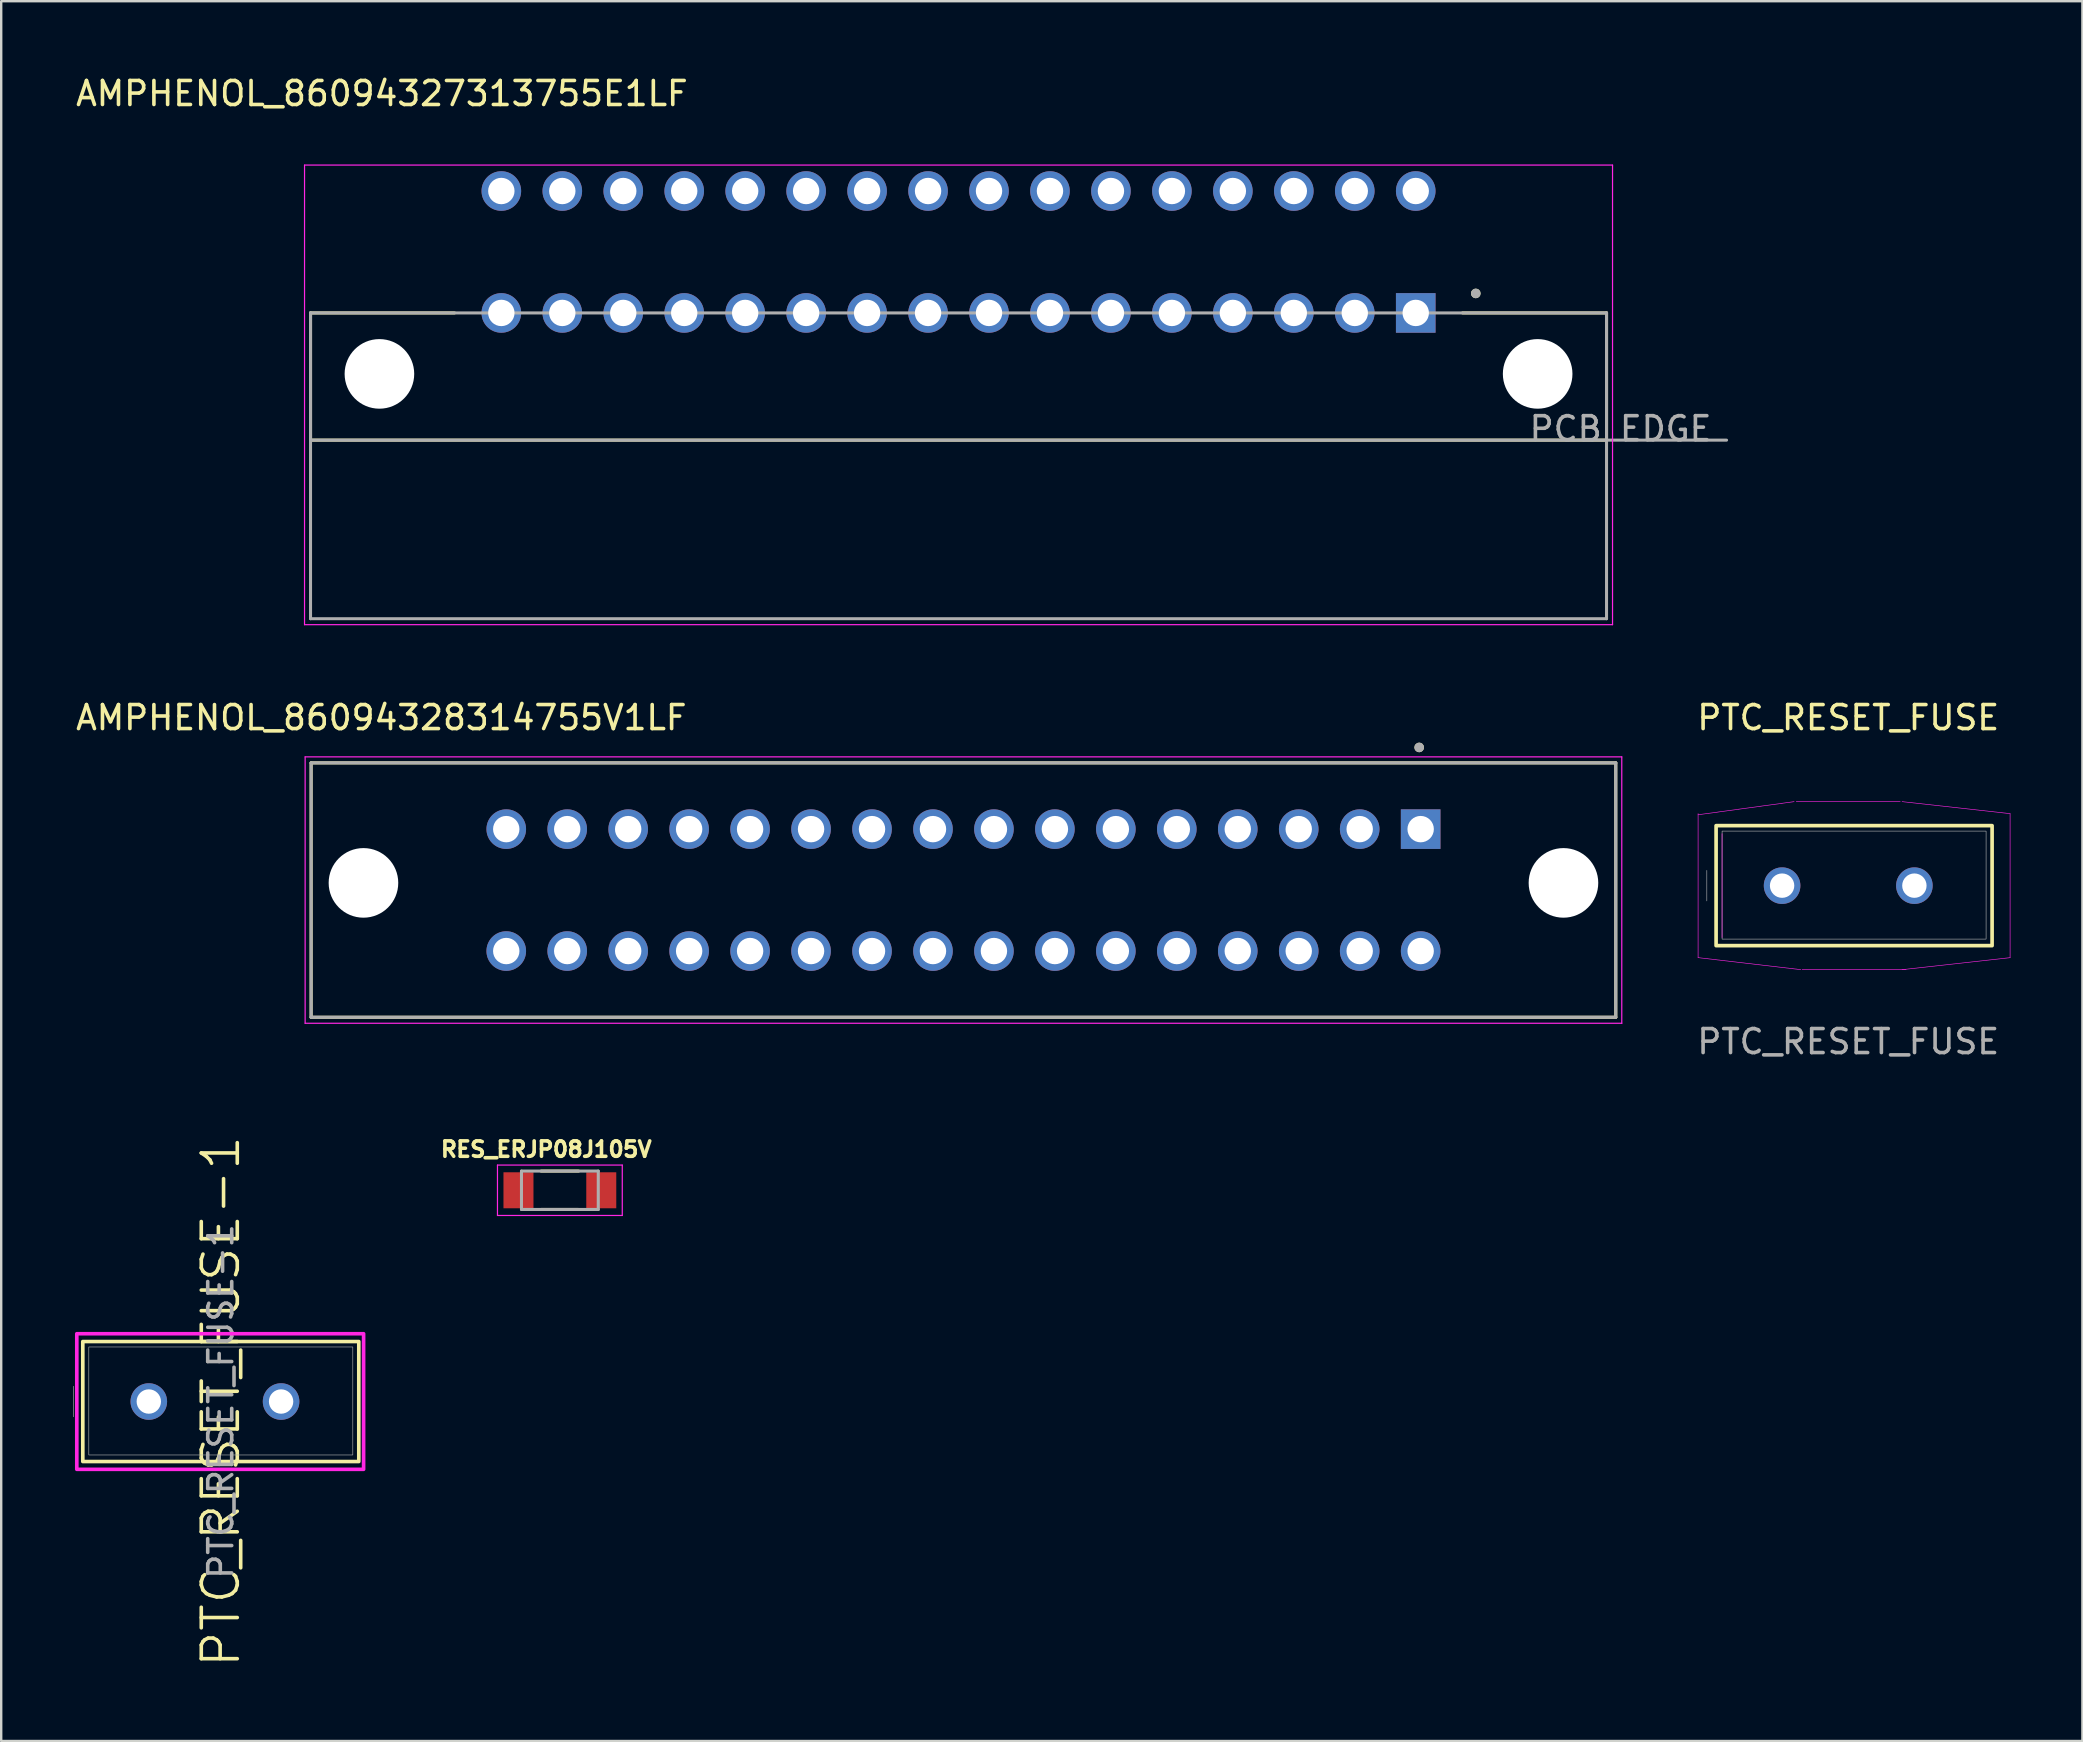
<source format=kicad_pcb>
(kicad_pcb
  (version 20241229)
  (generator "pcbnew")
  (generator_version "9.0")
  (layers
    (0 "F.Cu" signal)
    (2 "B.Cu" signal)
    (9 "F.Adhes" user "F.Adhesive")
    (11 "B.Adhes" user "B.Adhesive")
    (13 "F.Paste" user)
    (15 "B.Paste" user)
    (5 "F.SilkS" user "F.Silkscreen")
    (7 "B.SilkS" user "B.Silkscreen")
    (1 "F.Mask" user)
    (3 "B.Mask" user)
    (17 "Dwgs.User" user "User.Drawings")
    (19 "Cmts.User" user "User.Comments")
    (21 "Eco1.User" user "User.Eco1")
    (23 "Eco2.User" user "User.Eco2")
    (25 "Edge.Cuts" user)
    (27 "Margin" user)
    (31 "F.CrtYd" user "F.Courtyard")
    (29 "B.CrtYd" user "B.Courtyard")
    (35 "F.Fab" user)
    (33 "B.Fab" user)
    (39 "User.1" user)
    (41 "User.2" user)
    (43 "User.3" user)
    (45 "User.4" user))
  (footprint "PTC_RESET_FUSE"
    (layer "F.Cu")
    (at 71.204 33.852)
    (property "Reference" "PTC_RESET_FUSE" (at 2.756 -7 0) (unlocked yes) (layer "F.SilkS") (effects (font (size 1 1) (thickness 0.15))))
    (attr through_hole)
    (fp_rect (start -2.75 -2.5) (end 8.75 2.5) (stroke (width 0.152) (type solid)) (fill no) (layer "F.SilkS"))
    (fp_line (start -3.5 -3) (end -3.5 3) (stroke (width 0.025) (type solid)) (layer "F.CrtYd"))
    (fp_line (start -3.5 -2.954) (end 0.5 -3.5) (stroke (width 0.025) (type solid)) (layer "F.CrtYd"))
    (fp_line (start -2.502 2.165) (end -2.502 -2.165) (stroke (width 0.025) (type solid)) (layer "F.CrtYd"))
    (fp_line (start 0.591 -3.5) (end 4.921 -3.5) (stroke (width 0.025) (type solid)) (layer "F.CrtYd"))
    (fp_line (start 0.778 3.5) (end -3.5 3) (stroke (width 0.025) (type solid)) (layer "F.CrtYd"))
    (fp_line (start 5 -3.5) (end 9.5 -3) (stroke (width 0.025) (type solid)) (layer "F.CrtYd"))
    (fp_line (start 5.165 3.5) (end 0.835 3.5) (stroke (width 0.025) (type solid)) (layer "F.CrtYd"))
    (fp_line (start 9.5 -3) (end 9.5 3) (stroke (width 0.025) (type solid)) (layer "F.CrtYd"))
    (fp_line (start 9.5 3) (end 5 3.5) (stroke (width 0.025) (type solid)) (layer "F.CrtYd"))
    (fp_line (start -3.137 -0.635) (end -3.137 0.635) (stroke (width 0.025) (type solid)) (layer "F.Fab"))
    (fp_rect (start -2.5 -2.273) (end 8.5 2.227) (stroke (width 0.025) (type solid)) (fill no) (layer "F.Fab"))
    (fp_text user "${REFERENCE}" (at 2.756 6.5 0) (unlocked yes) (layer "F.Fab") (effects (font (size 1 1) (thickness 0.15))))
    (pad "1" thru_hole circle (at 0 0) (size 1.524 1.524) (drill 1.016) (layers "*.Cu" "*.Mask"))
    (pad "2" thru_hole circle (at 5.512 0) (size 1.524 1.524) (drill 1.016) (layers "*.Cu" "*.Mask")))
  (footprint "AMPHENOL_86094328314755V1LF"
    (layer "F.Cu")
    (at 37.094 34.037)
    (property "Reference" "AMPHENOL_86094328314755V1LF" (at -24.255 -7.185 0) (layer "F.SilkS") (effects (font (size 1 1) (thickness 0.15))))
    (attr through_hole)
    (fp_line (start -27.18 -5.3) (end 27.18 -5.3) (stroke (width 0.127) (type solid)) (layer "F.SilkS"))
    (fp_line (start -27.18 5.3) (end -27.18 -5.3) (stroke (width 0.127) (type solid)) (layer "F.SilkS"))
    (fp_line (start 27.18 -5.3) (end 27.18 5.3) (stroke (width 0.127) (type solid)) (layer "F.SilkS"))
    (fp_line (start 27.18 5.3) (end -27.18 5.3) (stroke (width 0.127) (type solid)) (layer "F.SilkS"))
    (fp_circle (center 18.989 -5.944) (end 19.089 -5.944) (stroke (width 0.2) (type solid)) (fill no) (layer "F.SilkS"))
    (fp_line (start -27.43 -5.55) (end -27.43 5.55) (stroke (width 0.05) (type solid)) (layer "F.CrtYd"))
    (fp_line (start -27.43 5.55) (end 27.43 5.55) (stroke (width 0.05) (type solid)) (layer "F.CrtYd"))
    (fp_line (start 27.43 -5.55) (end -27.43 -5.55) (stroke (width 0.05) (type solid)) (layer "F.CrtYd"))
    (fp_line (start 27.43 5.55) (end 27.43 -5.55) (stroke (width 0.05) (type solid)) (layer "F.CrtYd"))
    (fp_line (start -27.18 -5.3) (end 27.18 -5.3) (stroke (width 0.127) (type solid)) (layer "F.Fab"))
    (fp_line (start -27.18 5.3) (end -27.18 -5.3) (stroke (width 0.127) (type solid)) (layer "F.Fab"))
    (fp_line (start 27.18 -5.3) (end 27.18 5.3) (stroke (width 0.127) (type solid)) (layer "F.Fab"))
    (fp_line (start 27.18 5.3) (end -27.18 5.3) (stroke (width 0.127) (type solid)) (layer "F.Fab"))
    (fp_circle (center 18.989 -5.944) (end 19.089 -5.944) (stroke (width 0.2) (type solid)) (fill no) (layer "F.Fab"))
    (pad "" np_thru_hole circle (at -25 -0.3) (size 2.9 2.9) (drill 2.9) (layers "*.Cu" "*.Mask"))
    (pad "" np_thru_hole circle (at 25 -0.3) (size 2.9 2.9) (drill 2.9) (layers "*.Cu" "*.Mask"))
    (pad "A1" thru_hole rect (at 19.05 -2.54) (size 1.65 1.65) (drill 1.1) (layers "*.Cu" "*.Mask"))
    (pad "A2" thru_hole circle (at 16.51 -2.54) (size 1.65 1.65) (drill 1.1) (layers "*.Cu" "*.Mask"))
    (pad "A3" thru_hole circle (at 13.97 -2.54) (size 1.65 1.65) (drill 1.1) (layers "*.Cu" "*.Mask"))
    (pad "A4" thru_hole circle (at 11.43 -2.54) (size 1.65 1.65) (drill 1.1) (layers "*.Cu" "*.Mask"))
    (pad "A5" thru_hole circle (at 8.89 -2.54) (size 1.65 1.65) (drill 1.1) (layers "*.Cu" "*.Mask"))
    (pad "A6" thru_hole circle (at 6.35 -2.54) (size 1.65 1.65) (drill 1.1) (layers "*.Cu" "*.Mask"))
    (pad "A7" thru_hole circle (at 3.81 -2.54) (size 1.65 1.65) (drill 1.1) (layers "*.Cu" "*.Mask"))
    (pad "A8" thru_hole circle (at 1.27 -2.54) (size 1.65 1.65) (drill 1.1) (layers "*.Cu" "*.Mask"))
    (pad "A9" thru_hole circle (at -1.27 -2.54) (size 1.65 1.65) (drill 1.1) (layers "*.Cu" "*.Mask"))
    (pad "A10" thru_hole circle (at -3.81 -2.54) (size 1.65 1.65) (drill 1.1) (layers "*.Cu" "*.Mask"))
    (pad "A11" thru_hole circle (at -6.35 -2.54) (size 1.65 1.65) (drill 1.1) (layers "*.Cu" "*.Mask"))
    (pad "A12" thru_hole circle (at -8.89 -2.54) (size 1.65 1.65) (drill 1.1) (layers "*.Cu" "*.Mask"))
    (pad "A13" thru_hole circle (at -11.43 -2.54) (size 1.65 1.65) (drill 1.1) (layers "*.Cu" "*.Mask"))
    (pad "A14" thru_hole circle (at -13.97 -2.54) (size 1.65 1.65) (drill 1.1) (layers "*.Cu" "*.Mask"))
    (pad "A15" thru_hole circle (at -16.51 -2.54) (size 1.65 1.65) (drill 1.1) (layers "*.Cu" "*.Mask"))
    (pad "A16" thru_hole circle (at -19.05 -2.54) (size 1.65 1.65) (drill 1.1) (layers "*.Cu" "*.Mask"))
    (pad "C1" thru_hole circle (at 19.05 2.54) (size 1.65 1.65) (drill 1.1) (layers "*.Cu" "*.Mask"))
    (pad "C2" thru_hole circle (at 16.51 2.54) (size 1.65 1.65) (drill 1.1) (layers "*.Cu" "*.Mask"))
    (pad "C3" thru_hole circle (at 13.97 2.54) (size 1.65 1.65) (drill 1.1) (layers "*.Cu" "*.Mask"))
    (pad "C4" thru_hole circle (at 11.43 2.54) (size 1.65 1.65) (drill 1.1) (layers "*.Cu" "*.Mask"))
    (pad "C5" thru_hole circle (at 8.89 2.54) (size 1.65 1.65) (drill 1.1) (layers "*.Cu" "*.Mask"))
    (pad "C6" thru_hole circle (at 6.35 2.54) (size 1.65 1.65) (drill 1.1) (layers "*.Cu" "*.Mask"))
    (pad "C7" thru_hole circle (at 3.81 2.54) (size 1.65 1.65) (drill 1.1) (layers "*.Cu" "*.Mask"))
    (pad "C8" thru_hole circle (at 1.27 2.54) (size 1.65 1.65) (drill 1.1) (layers "*.Cu" "*.Mask"))
    (pad "C9" thru_hole circle (at -1.27 2.54) (size 1.65 1.65) (drill 1.1) (layers "*.Cu" "*.Mask"))
    (pad "C10" thru_hole circle (at -3.81 2.54) (size 1.65 1.65) (drill 1.1) (layers "*.Cu" "*.Mask"))
    (pad "C11" thru_hole circle (at -6.35 2.54) (size 1.65 1.65) (drill 1.1) (layers "*.Cu" "*.Mask"))
    (pad "C12" thru_hole circle (at -8.89 2.54) (size 1.65 1.65) (drill 1.1) (layers "*.Cu" "*.Mask"))
    (pad "C13" thru_hole circle (at -11.43 2.54) (size 1.65 1.65) (drill 1.1) (layers "*.Cu" "*.Mask"))
    (pad "C14" thru_hole circle (at -13.97 2.54) (size 1.65 1.65) (drill 1.1) (layers "*.Cu" "*.Mask"))
    (pad "C15" thru_hole circle (at -16.51 2.54) (size 1.65 1.65) (drill 1.1) (layers "*.Cu" "*.Mask"))
    (pad "C16" thru_hole circle (at -19.05 2.54) (size 1.65 1.65) (drill 1.1) (layers "*.Cu" "*.Mask")))
  (footprint "PTC_RESET_FUSE-1"
    (layer "F.Cu")
    (at 3.15 55.347)
    (property "Reference" "PTC_RESET_FUSE-1" (at 3 0 90) (unlocked yes) (layer "F.SilkS") (effects (font (size 1.5 1.5) (thickness 0.15))))
    (attr through_hole)
    (fp_rect (start -2.75 -2.5) (end 8.75 2.5) (stroke (width 0.152) (type solid)) (fill no) (layer "F.SilkS"))
    (fp_rect (start -3 -2.825) (end 8.95 2.825) (stroke (width 0.152) (type solid)) (fill no) (layer "F.CrtYd"))
    (fp_line (start -3.137 -0.635) (end -3.137 0.635) (stroke (width 0.025) (type solid)) (layer "F.Fab"))
    (fp_rect (start -2.5 -2.273) (end 8.5 2.227) (stroke (width 0.025) (type solid)) (fill no) (layer "F.Fab"))
    (fp_text user "${REFERENCE}" (at 3 0 90) (unlocked yes) (layer "F.Fab") (effects (font (size 1 1) (thickness 0.15))))
    (pad "1" thru_hole circle (at 0 0) (size 1.524 1.524) (drill 1.016) (layers "*.Cu" "*.Mask"))
    (pad "2" thru_hole circle (at 5.512 0) (size 1.524 1.524) (drill 1.016) (layers "*.Cu" "*.Mask")))
  (footprint "AMPHENOL_86094327313755E1LF"
    (layer "F.Cu")
    (at 36.889 12.529)
    (property "Reference" "AMPHENOL_86094327313755E1LF" (at -24.026 -11.681 0) (layer "F.SilkS") (effects (font (size 1 1) (thickness 0.15))))
    (attr through_hole)
    (fp_line (start -27 -2.54) (end -21 -2.54) (stroke (width 0.127) (type solid)) (layer "F.SilkS"))
    (fp_line (start -27 2.76) (end -27 -2.54) (stroke (width 0.127) (type solid)) (layer "F.SilkS"))
    (fp_line (start 27 -2.54) (end 21 -2.54) (stroke (width 0.127) (type solid)) (layer "F.SilkS"))
    (fp_line (start 27 -2.54) (end 27 2.76) (stroke (width 0.127) (type solid)) (layer "F.SilkS"))
    (fp_line (start 27 2.76) (end -27 2.76) (stroke (width 0.127) (type solid)) (layer "F.SilkS"))
    (fp_circle (center 21.552 -3.353) (end 21.652 -3.353) (stroke (width 0.2) (type solid)) (fill no) (layer "F.SilkS"))
    (fp_line (start -27.25 -8.7) (end -27.25 10.45) (stroke (width 0.05) (type solid)) (layer "F.CrtYd"))
    (fp_line (start -27.25 10.45) (end 27.25 10.45) (stroke (width 0.05) (type solid)) (layer "F.CrtYd"))
    (fp_line (start 27.25 -8.7) (end -27.25 -8.7) (stroke (width 0.05) (type solid)) (layer "F.CrtYd"))
    (fp_line (start 27.25 10.45) (end 27.25 -8.7) (stroke (width 0.05) (type solid)) (layer "F.CrtYd"))
    (fp_line (start -27 -2.54) (end 27 -2.54) (stroke (width 0.127) (type solid)) (layer "F.Fab"))
    (fp_line (start -27 2.76) (end -27 -2.54) (stroke (width 0.127) (type solid)) (layer "F.Fab"))
    (fp_line (start -27 2.76) (end -27 10.2) (stroke (width 0.127) (type solid)) (layer "F.Fab"))
    (fp_line (start -27 10.2) (end 27 10.2) (stroke (width 0.127) (type solid)) (layer "F.Fab"))
    (fp_line (start 27 -2.54) (end 27 2.76) (stroke (width 0.127) (type solid)) (layer "F.Fab"))
    (fp_line (start 27 2.76) (end -27 2.76) (stroke (width 0.127) (type solid)) (layer "F.Fab"))
    (fp_line (start 27 2.76) (end 32 2.76) (stroke (width 0.127) (type solid)) (layer "F.Fab"))
    (fp_line (start 27 10.2) (end 27 2.76) (stroke (width 0.127) (type solid)) (layer "F.Fab"))
    (fp_circle (center 21.552 -3.353) (end 21.652 -3.353) (stroke (width 0.2) (type solid)) (fill no) (layer "F.Fab"))
    (fp_text user "PCB EDGE" (at 27.584 2.286 0) (layer "F.Fab") (effects (font (size 1 1) (thickness 0.15))))
    (pad "" np_thru_hole circle (at -24.13 0) (size 2.9 2.9) (drill 2.9) (layers "*.Cu" "*.Mask"))
    (pad "" np_thru_hole circle (at 24.13 0) (size 2.9 2.9) (drill 2.9) (layers "*.Cu" "*.Mask"))
    (pad "A1" thru_hole rect (at 19.05 -2.54) (size 1.65 1.65) (drill 1.1) (layers "*.Cu" "*.Mask"))
    (pad "A2" thru_hole circle (at 16.51 -2.54) (size 1.65 1.65) (drill 1.1) (layers "*.Cu" "*.Mask"))
    (pad "A3" thru_hole circle (at 13.97 -2.54) (size 1.65 1.65) (drill 1.1) (layers "*.Cu" "*.Mask"))
    (pad "A4" thru_hole circle (at 11.43 -2.54) (size 1.65 1.65) (drill 1.1) (layers "*.Cu" "*.Mask"))
    (pad "A5" thru_hole circle (at 8.89 -2.54) (size 1.65 1.65) (drill 1.1) (layers "*.Cu" "*.Mask"))
    (pad "A6" thru_hole circle (at 6.35 -2.54) (size 1.65 1.65) (drill 1.1) (layers "*.Cu" "*.Mask"))
    (pad "A7" thru_hole circle (at 3.81 -2.54) (size 1.65 1.65) (drill 1.1) (layers "*.Cu" "*.Mask"))
    (pad "A8" thru_hole circle (at 1.27 -2.54) (size 1.65 1.65) (drill 1.1) (layers "*.Cu" "*.Mask"))
    (pad "A9" thru_hole circle (at -1.27 -2.54) (size 1.65 1.65) (drill 1.1) (layers "*.Cu" "*.Mask"))
    (pad "A10" thru_hole circle (at -3.81 -2.54) (size 1.65 1.65) (drill 1.1) (layers "*.Cu" "*.Mask"))
    (pad "A11" thru_hole circle (at -6.35 -2.54) (size 1.65 1.65) (drill 1.1) (layers "*.Cu" "*.Mask"))
    (pad "A12" thru_hole circle (at -8.89 -2.54) (size 1.65 1.65) (drill 1.1) (layers "*.Cu" "*.Mask"))
    (pad "A13" thru_hole circle (at -11.43 -2.54) (size 1.65 1.65) (drill 1.1) (layers "*.Cu" "*.Mask"))
    (pad "A14" thru_hole circle (at -13.97 -2.54) (size 1.65 1.65) (drill 1.1) (layers "*.Cu" "*.Mask"))
    (pad "A15" thru_hole circle (at -16.51 -2.54) (size 1.65 1.65) (drill 1.1) (layers "*.Cu" "*.Mask"))
    (pad "A16" thru_hole circle (at -19.05 -2.54) (size 1.65 1.65) (drill 1.1) (layers "*.Cu" "*.Mask"))
    (pad "C1" thru_hole circle (at 19.05 -7.62) (size 1.65 1.65) (drill 1.1) (layers "*.Cu" "*.Mask"))
    (pad "C2" thru_hole circle (at 16.51 -7.62) (size 1.65 1.65) (drill 1.1) (layers "*.Cu" "*.Mask"))
    (pad "C3" thru_hole circle (at 13.97 -7.62) (size 1.65 1.65) (drill 1.1) (layers "*.Cu" "*.Mask"))
    (pad "C4" thru_hole circle (at 11.43 -7.62) (size 1.65 1.65) (drill 1.1) (layers "*.Cu" "*.Mask"))
    (pad "C5" thru_hole circle (at 8.89 -7.62) (size 1.65 1.65) (drill 1.1) (layers "*.Cu" "*.Mask"))
    (pad "C6" thru_hole circle (at 6.35 -7.62) (size 1.65 1.65) (drill 1.1) (layers "*.Cu" "*.Mask"))
    (pad "C7" thru_hole circle (at 3.81 -7.62) (size 1.65 1.65) (drill 1.1) (layers "*.Cu" "*.Mask"))
    (pad "C8" thru_hole circle (at 1.27 -7.62) (size 1.65 1.65) (drill 1.1) (layers "*.Cu" "*.Mask"))
    (pad "C9" thru_hole circle (at -1.27 -7.62) (size 1.65 1.65) (drill 1.1) (layers "*.Cu" "*.Mask"))
    (pad "C10" thru_hole circle (at -3.81 -7.62) (size 1.65 1.65) (drill 1.1) (layers "*.Cu" "*.Mask"))
    (pad "C11" thru_hole circle (at -6.35 -7.62) (size 1.65 1.65) (drill 1.1) (layers "*.Cu" "*.Mask"))
    (pad "C12" thru_hole circle (at -8.89 -7.62) (size 1.65 1.65) (drill 1.1) (layers "*.Cu" "*.Mask"))
    (pad "C13" thru_hole circle (at -11.43 -7.62) (size 1.65 1.65) (drill 1.1) (layers "*.Cu" "*.Mask"))
    (pad "C14" thru_hole circle (at -13.97 -7.62) (size 1.65 1.65) (drill 1.1) (layers "*.Cu" "*.Mask"))
    (pad "C15" thru_hole circle (at -16.51 -7.62) (size 1.65 1.65) (drill 1.1) (layers "*.Cu" "*.Mask"))
    (pad "C16" thru_hole circle (at -19.05 -7.62) (size 1.65 1.65) (drill 1.1) (layers "*.Cu" "*.Mask")))
  (footprint "RES_ERJP08J105V"
    (layer "F.Cu")
    (at 20.278 46.545)
    (property "Reference" "RES_ERJP08J105V" (at -0.568 -1.706 0) (layer "F.SilkS") (effects (font (size 0.64 0.64) (thickness 0.15))))
    (attr smd)
    (fp_line (start -0.78 -0.8) (end 0.78 -0.8) (stroke (width 0.127) (type solid)) (layer "F.SilkS"))
    (fp_line (start -0.78 0.8) (end 0.78 0.8) (stroke (width 0.127) (type solid)) (layer "F.SilkS"))
    (fp_line (start -2.6 -1.05) (end -2.6 1.05) (stroke (width 0.05) (type solid)) (layer "F.CrtYd"))
    (fp_line (start -2.6 1.05) (end 2.6 1.05) (stroke (width 0.05) (type solid)) (layer "F.CrtYd"))
    (fp_line (start 2.6 -1.05) (end -2.6 -1.05) (stroke (width 0.05) (type solid)) (layer "F.CrtYd"))
    (fp_line (start 2.6 1.05) (end 2.6 -1.05) (stroke (width 0.05) (type solid)) (layer "F.CrtYd"))
    (fp_line (start -1.6 -0.8) (end -1.6 0.8) (stroke (width 0.127) (type solid)) (layer "F.Fab"))
    (fp_line (start -1.6 -0.8) (end 1.6 -0.8) (stroke (width 0.127) (type solid)) (layer "F.Fab"))
    (fp_line (start -1.6 0.8) (end 1.6 0.8) (stroke (width 0.127) (type solid)) (layer "F.Fab"))
    (fp_line (start 1.6 -0.8) (end 1.6 0.8) (stroke (width 0.127) (type solid)) (layer "F.Fab"))
    (pad "1" smd rect (at -1.725 0) (size 1.25 1.5) (layers "F.Cu" "F.Mask" "F.Paste"))
    (pad "2" smd rect (at 1.725 0) (size 1.25 1.5) (layers "F.Cu" "F.Mask" "F.Paste")))
  (gr_rect
    (start -3 -3)
    (end 83.717 69.493)
    (stroke (width 0.1) (type default))
    (fill no)
    (layer "Edge.Cuts")))
</source>
